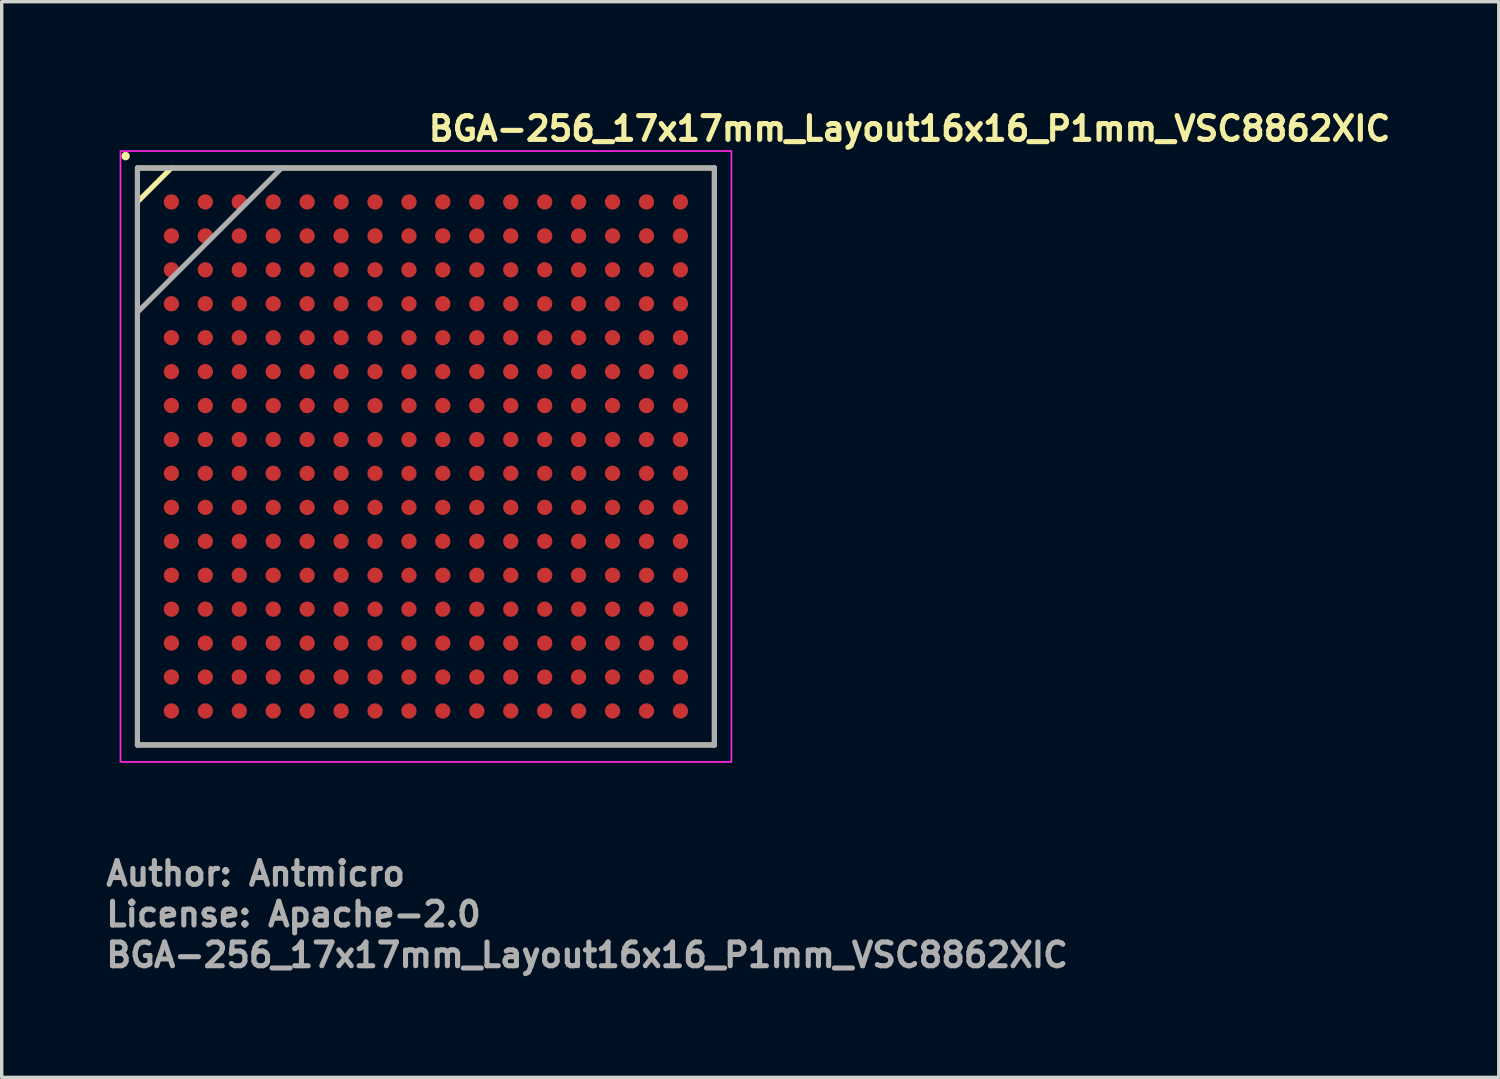
<source format=kicad_pcb>
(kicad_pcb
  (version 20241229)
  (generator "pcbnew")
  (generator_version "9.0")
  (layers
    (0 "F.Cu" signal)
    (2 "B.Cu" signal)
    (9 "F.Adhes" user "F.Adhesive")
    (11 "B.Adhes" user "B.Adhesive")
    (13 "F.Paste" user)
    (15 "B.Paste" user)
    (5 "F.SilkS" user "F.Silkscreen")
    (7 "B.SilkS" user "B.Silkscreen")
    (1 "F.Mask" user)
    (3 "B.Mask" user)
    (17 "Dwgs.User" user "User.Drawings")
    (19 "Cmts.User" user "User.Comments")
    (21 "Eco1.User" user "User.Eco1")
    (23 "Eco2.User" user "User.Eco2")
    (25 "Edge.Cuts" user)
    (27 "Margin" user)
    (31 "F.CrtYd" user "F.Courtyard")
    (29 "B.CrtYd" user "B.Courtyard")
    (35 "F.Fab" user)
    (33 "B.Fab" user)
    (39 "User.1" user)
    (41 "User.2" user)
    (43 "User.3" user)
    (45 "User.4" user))
  (footprint "BGA-256_17x17mm_Layout16x16_P1mm_VSC8862XIC"
    (layer "F.Cu")
    (at 9.5 10.4)
    (property "Reference" "BGA-256_17x17mm_Layout16x16_P1mm_VSC8862XIC" (at 0 -9.25 0) (layer "F.SilkS") (effects (font (size 0.7 0.7) (thickness 0.15)) (justify left bottom)))
    (attr smd)
    (fp_line (start -8.5 -8.5) (end 8.499 -8.5) (stroke (width 0.15) (type solid)) (layer "F.SilkS"))
    (fp_line (start -8.5 -7.5) (end -7.5 -8.5) (stroke (width 0.15) (type solid)) (layer "F.SilkS"))
    (fp_line (start -8.5 8.499) (end -8.5 -8.5) (stroke (width 0.15) (type solid)) (layer "F.SilkS"))
    (fp_line (start 8.499 -8.5) (end 8.499 8.499) (stroke (width 0.15) (type solid)) (layer "F.SilkS"))
    (fp_line (start 8.499 8.499) (end -8.5 8.499) (stroke (width 0.15) (type solid)) (layer "F.SilkS"))
    (fp_circle (center -8.85 -8.85) (end -8.801 -8.85) (stroke (width 0.15) (type solid)) (fill yes) (layer "F.SilkS"))
    (fp_rect (start -9 -9) (end 9 9) (stroke (width 0.05) (type solid)) (fill no) (layer "F.CrtYd"))
    (fp_line (start -8.5 -8.5) (end 8.499 -8.5) (stroke (width 0.15) (type solid)) (layer "F.Fab"))
    (fp_line (start -8.5 -4.25) (end -4.25 -8.5) (stroke (width 0.15) (type solid)) (layer "F.Fab"))
    (fp_line (start -8.5 8.499) (end -8.5 -8.5) (stroke (width 0.15) (type solid)) (layer "F.Fab"))
    (fp_line (start 8.499 -8.5) (end 8.499 8.499) (stroke (width 0.15) (type solid)) (layer "F.Fab"))
    (fp_line (start 8.499 8.499) (end -8.5 8.499) (stroke (width 0.15) (type solid)) (layer "F.Fab"))
    (fp_rect (start -8.5 -8.5) (end 8.499 8.499) (stroke (width 0.1) (type solid)) (fill no) (layer "User.5"))
    (fp_rect (start -8.5 -8.5) (end 8.499 8.499) (stroke (width 0.1) (type solid)) (fill no) (layer "User.5"))
    (fp_line (start -8.5 -8.5) (end 8.499 -8.5) (stroke (width 0.02) (type solid)) (layer "User.9"))
    (fp_line (start -8.5 8.499) (end -8.5 -8.5) (stroke (width 0.02) (type solid)) (layer "User.9"))
    (fp_line (start -8.5 8.499) (end 8.499 8.499) (stroke (width 0.02) (type solid)) (layer "User.9"))
    (fp_line (start -7.438 -6.43) (end -7.438 -6.375) (stroke (width 0.02) (type solid)) (layer "User.9"))
    (fp_line (start -7.438 -6.375) (end -7.438 -6.375) (stroke (width 0.02) (type solid)) (layer "User.9"))
    (fp_line (start -7.438 -6.375) (end -7.438 -6.321) (stroke (width 0.02) (type solid)) (layer "User.9"))
    (fp_line (start -7.438 -6.321) (end -7.433 -6.268) (stroke (width 0.02) (type solid)) (layer "User.9"))
    (fp_line (start -7.433 -6.484) (end -7.438 -6.43) (stroke (width 0.02) (type solid)) (layer "User.9"))
    (fp_line (start -7.433 -6.268) (end -7.428 -6.215) (stroke (width 0.02) (type solid)) (layer "User.9"))
    (fp_line (start -7.428 -6.537) (end -7.433 -6.484) (stroke (width 0.02) (type solid)) (layer "User.9"))
    (fp_line (start -7.428 -6.215) (end -7.417 -6.162) (stroke (width 0.02) (type solid)) (layer "User.9"))
    (fp_line (start -7.417 -6.59) (end -7.428 -6.537) (stroke (width 0.02) (type solid)) (layer "User.9"))
    (fp_line (start -7.417 -6.162) (end -7.407 -6.111) (stroke (width 0.02) (type solid)) (layer "User.9"))
    (fp_line (start -7.407 -6.641) (end -7.417 -6.59) (stroke (width 0.02) (type solid)) (layer "User.9"))
    (fp_line (start -7.407 -6.111) (end -7.391 -6.061) (stroke (width 0.02) (type solid)) (layer "User.9"))
    (fp_line (start -7.391 -6.691) (end -7.407 -6.641) (stroke (width 0.02) (type solid)) (layer "User.9"))
    (fp_line (start -7.391 -6.061) (end -7.375 -6.01) (stroke (width 0.02) (type solid)) (layer "User.9"))
    (fp_line (start -7.375 -6.742) (end -7.391 -6.691) (stroke (width 0.02) (type solid)) (layer "User.9"))
    (fp_line (start -7.375 -6.01) (end -7.356 -5.962) (stroke (width 0.02) (type solid)) (layer "User.9"))
    (fp_line (start -7.356 -6.789) (end -7.375 -6.742) (stroke (width 0.02) (type solid)) (layer "User.9"))
    (fp_line (start -7.356 -5.962) (end -7.335 -5.915) (stroke (width 0.02) (type solid)) (layer "User.9"))
    (fp_line (start -7.335 -6.837) (end -7.356 -6.789) (stroke (width 0.02) (type solid)) (layer "User.9"))
    (fp_line (start -7.335 -5.915) (end -7.311 -5.869) (stroke (width 0.02) (type solid)) (layer "User.9"))
    (fp_line (start -7.311 -6.883) (end -7.335 -6.837) (stroke (width 0.02) (type solid)) (layer "User.9"))
    (fp_line (start -7.311 -5.869) (end -7.284 -5.827) (stroke (width 0.02) (type solid)) (layer "User.9"))
    (fp_line (start -7.284 -6.928) (end -7.311 -6.883) (stroke (width 0.02) (type solid)) (layer "User.9"))
    (fp_line (start -7.284 -5.827) (end -7.258 -5.781) (stroke (width 0.02) (type solid)) (layer "User.9"))
    (fp_line (start -7.258 -6.97) (end -7.284 -6.928) (stroke (width 0.02) (type solid)) (layer "User.9"))
    (fp_line (start -7.258 -5.781) (end -7.228 -5.742) (stroke (width 0.02) (type solid)) (layer "User.9"))
    (fp_line (start -7.228 -7.011) (end -7.258 -6.97) (stroke (width 0.02) (type solid)) (layer "User.9"))
    (fp_line (start -7.228 -5.742) (end -7.196 -5.702) (stroke (width 0.02) (type solid)) (layer "User.9"))
    (fp_line (start -7.196 -7.053) (end -7.228 -7.011) (stroke (width 0.02) (type solid)) (layer "User.9"))
    (fp_line (start -7.196 -5.702) (end -7.162 -5.662) (stroke (width 0.02) (type solid)) (layer "User.9"))
    (fp_line (start -7.162 -7.09) (end -7.196 -7.053) (stroke (width 0.02) (type solid)) (layer "User.9"))
    (fp_line (start -7.162 -5.662) (end -7.127 -5.625) (stroke (width 0.02) (type solid)) (layer "User.9"))
    (fp_line (start -7.127 -7.127) (end -7.162 -7.09) (stroke (width 0.02) (type solid)) (layer "User.9"))
    (fp_line (start -7.127 -5.625) (end -7.09 -5.59) (stroke (width 0.02) (type solid)) (layer "User.9"))
    (fp_line (start -7.09 -7.162) (end -7.127 -7.127) (stroke (width 0.02) (type solid)) (layer "User.9"))
    (fp_line (start -7.09 -5.59) (end -7.053 -5.556) (stroke (width 0.02) (type solid)) (layer "User.9"))
    (fp_line (start -7.053 -7.196) (end -7.09 -7.162) (stroke (width 0.02) (type solid)) (layer "User.9"))
    (fp_line (start -7.053 -5.556) (end -7.011 -5.524) (stroke (width 0.02) (type solid)) (layer "User.9"))
    (fp_line (start -7.011 -7.228) (end -7.053 -7.196) (stroke (width 0.02) (type solid)) (layer "User.9"))
    (fp_line (start -7.011 -5.524) (end -6.97 -5.494) (stroke (width 0.02) (type solid)) (layer "User.9"))
    (fp_line (start -6.97 -7.258) (end -7.011 -7.228) (stroke (width 0.02) (type solid)) (layer "User.9"))
    (fp_line (start -6.97 -5.494) (end -6.928 -5.468) (stroke (width 0.02) (type solid)) (layer "User.9"))
    (fp_line (start -6.928 -7.284) (end -6.97 -7.258) (stroke (width 0.02) (type solid)) (layer "User.9"))
    (fp_line (start -6.928 -5.468) (end -6.883 -5.441) (stroke (width 0.02) (type solid)) (layer "User.9"))
    (fp_line (start -6.883 -7.311) (end -6.928 -7.284) (stroke (width 0.02) (type solid)) (layer "User.9"))
    (fp_line (start -6.883 -5.441) (end -6.837 -5.42) (stroke (width 0.02) (type solid)) (layer "User.9"))
    (fp_line (start -6.837 -7.335) (end -6.883 -7.311) (stroke (width 0.02) (type solid)) (layer "User.9"))
    (fp_line (start -6.837 -5.42) (end -6.789 -5.396) (stroke (width 0.02) (type solid)) (layer "User.9"))
    (fp_line (start -6.789 -7.356) (end -6.837 -7.335) (stroke (width 0.02) (type solid)) (layer "User.9"))
    (fp_line (start -6.789 -5.396) (end -6.742 -5.377) (stroke (width 0.02) (type solid)) (layer "User.9"))
    (fp_line (start -6.742 -7.375) (end -6.789 -7.356) (stroke (width 0.02) (type solid)) (layer "User.9"))
    (fp_line (start -6.742 -5.377) (end -6.691 -5.361) (stroke (width 0.02) (type solid)) (layer "User.9"))
    (fp_line (start -6.691 -7.391) (end -6.742 -7.375) (stroke (width 0.02) (type solid)) (layer "User.9"))
    (fp_line (start -6.691 -5.361) (end -6.641 -5.346) (stroke (width 0.02) (type solid)) (layer "User.9"))
    (fp_line (start -6.641 -7.407) (end -6.691 -7.391) (stroke (width 0.02) (type solid)) (layer "User.9"))
    (fp_line (start -6.641 -5.346) (end -6.59 -5.335) (stroke (width 0.02) (type solid)) (layer "User.9"))
    (fp_line (start -6.59 -7.417) (end -6.641 -7.407) (stroke (width 0.02) (type solid)) (layer "User.9"))
    (fp_line (start -6.59 -5.335) (end -6.537 -5.327) (stroke (width 0.02) (type solid)) (layer "User.9"))
    (fp_line (start -6.537 -7.428) (end -6.59 -7.417) (stroke (width 0.02) (type solid)) (layer "User.9"))
    (fp_line (start -6.537 -5.327) (end -6.484 -5.319) (stroke (width 0.02) (type solid)) (layer "User.9"))
    (fp_line (start -6.484 -7.433) (end -6.537 -7.428) (stroke (width 0.02) (type solid)) (layer "User.9"))
    (fp_line (start -6.484 -5.319) (end -6.43 -5.314) (stroke (width 0.02) (type solid)) (layer "User.9"))
    (fp_line (start -6.43 -7.438) (end -6.484 -7.433) (stroke (width 0.02) (type solid)) (layer "User.9"))
    (fp_line (start -6.43 -5.314) (end -6.375 -5.313) (stroke (width 0.02) (type solid)) (layer "User.9"))
    (fp_line (start -6.375 -7.438) (end -6.43 -7.438) (stroke (width 0.02) (type solid)) (layer "User.9"))
    (fp_line (start -6.375 -7.438) (end -6.375 -7.438) (stroke (width 0.02) (type solid)) (layer "User.9"))
    (fp_line (start -6.375 -5.313) (end -6.375 -5.313) (stroke (width 0.02) (type solid)) (layer "User.9"))
    (fp_line (start -6.375 -5.313) (end -6.321 -5.314) (stroke (width 0.02) (type solid)) (layer "User.9"))
    (fp_line (start -6.321 -7.438) (end -6.375 -7.438) (stroke (width 0.02) (type solid)) (layer "User.9"))
    (fp_line (start -6.321 -5.314) (end -6.268 -5.319) (stroke (width 0.02) (type solid)) (layer "User.9"))
    (fp_line (start -6.268 -7.433) (end -6.321 -7.438) (stroke (width 0.02) (type solid)) (layer "User.9"))
    (fp_line (start -6.268 -5.319) (end -6.215 -5.327) (stroke (width 0.02) (type solid)) (layer "User.9"))
    (fp_line (start -6.215 -7.428) (end -6.268 -7.433) (stroke (width 0.02) (type solid)) (layer "User.9"))
    (fp_line (start -6.215 -5.327) (end -6.162 -5.335) (stroke (width 0.02) (type solid)) (layer "User.9"))
    (fp_line (start -6.162 -7.417) (end -6.215 -7.428) (stroke (width 0.02) (type solid)) (layer "User.9"))
    (fp_line (start -6.162 -5.335) (end -6.111 -5.346) (stroke (width 0.02) (type solid)) (layer "User.9"))
    (fp_line (start -6.111 -7.407) (end -6.162 -7.417) (stroke (width 0.02) (type solid)) (layer "User.9"))
    (fp_line (start -6.111 -5.346) (end -6.061 -5.361) (stroke (width 0.02) (type solid)) (layer "User.9"))
    (fp_line (start -6.061 -7.391) (end -6.111 -7.407) (stroke (width 0.02) (type solid)) (layer "User.9"))
    (fp_line (start -6.061 -5.361) (end -6.01 -5.377) (stroke (width 0.02) (type solid)) (layer "User.9"))
    (fp_line (start -6.01 -7.375) (end -6.061 -7.391) (stroke (width 0.02) (type solid)) (layer "User.9"))
    (fp_line (start -6.01 -5.377) (end -5.962 -5.396) (stroke (width 0.02) (type solid)) (layer "User.9"))
    (fp_line (start -5.962 -7.356) (end -6.01 -7.375) (stroke (width 0.02) (type solid)) (layer "User.9"))
    (fp_line (start -5.962 -5.396) (end -5.915 -5.42) (stroke (width 0.02) (type solid)) (layer "User.9"))
    (fp_line (start -5.915 -7.335) (end -5.962 -7.356) (stroke (width 0.02) (type solid)) (layer "User.9"))
    (fp_line (start -5.915 -5.42) (end -5.869 -5.441) (stroke (width 0.02) (type solid)) (layer "User.9"))
    (fp_line (start -5.869 -7.311) (end -5.915 -7.335) (stroke (width 0.02) (type solid)) (layer "User.9"))
    (fp_line (start -5.869 -5.441) (end -5.827 -5.468) (stroke (width 0.02) (type solid)) (layer "User.9"))
    (fp_line (start -5.827 -7.284) (end -5.869 -7.311) (stroke (width 0.02) (type solid)) (layer "User.9"))
    (fp_line (start -5.827 -5.468) (end -5.781 -5.494) (stroke (width 0.02) (type solid)) (layer "User.9"))
    (fp_line (start -5.781 -7.258) (end -5.827 -7.284) (stroke (width 0.02) (type solid)) (layer "User.9"))
    (fp_line (start -5.781 -5.494) (end -5.742 -5.524) (stroke (width 0.02) (type solid)) (layer "User.9"))
    (fp_line (start -5.742 -7.228) (end -5.781 -7.258) (stroke (width 0.02) (type solid)) (layer "User.9"))
    (fp_line (start -5.742 -5.524) (end -5.702 -5.556) (stroke (width 0.02) (type solid)) (layer "User.9"))
    (fp_line (start -5.702 -7.196) (end -5.742 -7.228) (stroke (width 0.02) (type solid)) (layer "User.9"))
    (fp_line (start -5.702 -5.556) (end -5.662 -5.59) (stroke (width 0.02) (type solid)) (layer "User.9"))
    (fp_line (start -5.662 -7.162) (end -5.702 -7.196) (stroke (width 0.02) (type solid)) (layer "User.9"))
    (fp_line (start -5.662 -5.59) (end -5.625 -5.625) (stroke (width 0.02) (type solid)) (layer "User.9"))
    (fp_line (start -5.625 -7.127) (end -5.662 -7.162) (stroke (width 0.02) (type solid)) (layer "User.9"))
    (fp_line (start -5.625 -5.625) (end -5.59 -5.662) (stroke (width 0.02) (type solid)) (layer "User.9"))
    (fp_line (start -5.59 -7.09) (end -5.625 -7.127) (stroke (width 0.02) (type solid)) (layer "User.9"))
    (fp_line (start -5.59 -5.662) (end -5.556 -5.702) (stroke (width 0.02) (type solid)) (layer "User.9"))
    (fp_line (start -5.556 -7.053) (end -5.59 -7.09) (stroke (width 0.02) (type solid)) (layer "User.9"))
    (fp_line (start -5.556 -5.702) (end -5.524 -5.742) (stroke (width 0.02) (type solid)) (layer "User.9"))
    (fp_line (start -5.524 -7.011) (end -5.556 -7.053) (stroke (width 0.02) (type solid)) (layer "User.9"))
    (fp_line (start -5.524 -5.742) (end -5.494 -5.781) (stroke (width 0.02) (type solid)) (layer "User.9"))
    (fp_line (start -5.494 -6.97) (end -5.524 -7.011) (stroke (width 0.02) (type solid)) (layer "User.9"))
    (fp_line (start -5.494 -5.781) (end -5.468 -5.827) (stroke (width 0.02) (type solid)) (layer "User.9"))
    (fp_line (start -5.468 -6.928) (end -5.494 -6.97) (stroke (width 0.02) (type solid)) (layer "User.9"))
    (fp_line (start -5.468 -5.827) (end -5.441 -5.869) (stroke (width 0.02) (type solid)) (layer "User.9"))
    (fp_line (start -5.441 -6.883) (end -5.468 -6.928) (stroke (width 0.02) (type solid)) (layer "User.9"))
    (fp_line (start -5.441 -5.869) (end -5.42 -5.915) (stroke (width 0.02) (type solid)) (layer "User.9"))
    (fp_line (start -5.42 -6.837) (end -5.441 -6.883) (stroke (width 0.02) (type solid)) (layer "User.9"))
    (fp_line (start -5.42 -5.915) (end -5.396 -5.962) (stroke (width 0.02) (type solid)) (layer "User.9"))
    (fp_line (start -5.396 -6.789) (end -5.42 -6.837) (stroke (width 0.02) (type solid)) (layer "User.9"))
    (fp_line (start -5.396 -5.962) (end -5.377 -6.01) (stroke (width 0.02) (type solid)) (layer "User.9"))
    (fp_line (start -5.377 -6.742) (end -5.396 -6.789) (stroke (width 0.02) (type solid)) (layer "User.9"))
    (fp_line (start -5.377 -6.01) (end -5.361 -6.061) (stroke (width 0.02) (type solid)) (layer "User.9"))
    (fp_line (start -5.361 -6.691) (end -5.377 -6.742) (stroke (width 0.02) (type solid)) (layer "User.9"))
    (fp_line (start -5.361 -6.061) (end -5.346 -6.111) (stroke (width 0.02) (type solid)) (layer "User.9"))
    (fp_line (start -5.346 -6.641) (end -5.361 -6.691) (stroke (width 0.02) (type solid)) (layer "User.9"))
    (fp_line (start -5.346 -6.111) (end -5.335 -6.162) (stroke (width 0.02) (type solid)) (layer "User.9"))
    (fp_line (start -5.335 -6.59) (end -5.346 -6.641) (stroke (width 0.02) (type solid)) (layer "User.9"))
    (fp_line (start -5.335 -6.162) (end -5.327 -6.215) (stroke (width 0.02) (type solid)) (layer "User.9"))
    (fp_line (start -5.327 -6.537) (end -5.335 -6.59) (stroke (width 0.02) (type solid)) (layer "User.9"))
    (fp_line (start -5.327 -6.215) (end -5.319 -6.268) (stroke (width 0.02) (type solid)) (layer "User.9"))
    (fp_line (start -5.319 -6.484) (end -5.327 -6.537) (stroke (width 0.02) (type solid)) (layer "User.9"))
    (fp_line (start -5.319 -6.268) (end -5.314 -6.321) (stroke (width 0.02) (type solid)) (layer "User.9"))
    (fp_line (start -5.314 -6.43) (end -5.319 -6.484) (stroke (width 0.02) (type solid)) (layer "User.9"))
    (fp_line (start -5.314 -6.321) (end -5.313 -6.375) (stroke (width 0.02) (type solid)) (layer "User.9"))
    (fp_line (start -5.313 -6.375) (end -5.314 -6.43) (stroke (width 0.02) (type solid)) (layer "User.9"))
    (fp_line (start -5.313 -6.375) (end -5.313 -6.375) (stroke (width 0.02) (type solid)) (layer "User.9"))
    (fp_line (start -5.313 -6.375) (end -5.313 -6.375) (stroke (width 0.02) (type solid)) (layer "User.9"))
    (fp_line (start 8.499 8.499) (end 8.499 -8.5) (stroke (width 0.02) (type solid)) (layer "User.9"))
    (fp_text user "${REFERENCE}" (at -9.5 15.098 0) (layer "F.Fab") (effects (font (size 0.7 0.7) (thickness 0.15)) (justify left bottom)))
    (fp_text user "License: Apache-2.0" (at -9.5 13.897 0) (layer "F.Fab") (effects (font (size 0.7 0.7) (thickness 0.15)) (justify left bottom)))
    (fp_text user "Author: Antmicro" (at -9.5 12.698 0) (layer "F.Fab") (effects (font (size 0.7 0.7) (thickness 0.15)) (justify left bottom)))
    (pad "A1" smd circle (at -7.5 -7.5 90) (size 0.45 0.45) (layers "F.Cu" "F.Mask" "F.Paste"))
    (pad "A2" smd circle (at -6.5 -7.5 90) (size 0.45 0.45) (layers "F.Cu" "F.Mask" "F.Paste"))
    (pad "A3" smd circle (at -5.5 -7.5 90) (size 0.45 0.45) (layers "F.Cu" "F.Mask" "F.Paste"))
    (pad "A4" smd circle (at -4.5 -7.5 90) (size 0.45 0.45) (layers "F.Cu" "F.Mask" "F.Paste"))
    (pad "A5" smd circle (at -3.5 -7.5 90) (size 0.45 0.45) (layers "F.Cu" "F.Mask" "F.Paste"))
    (pad "A6" smd circle (at -2.5 -7.5 90) (size 0.45 0.45) (layers "F.Cu" "F.Mask" "F.Paste"))
    (pad "A7" smd circle (at -1.5 -7.5 90) (size 0.45 0.45) (layers "F.Cu" "F.Mask" "F.Paste"))
    (pad "A8" smd circle (at -0.5 -7.5 90) (size 0.45 0.45) (layers "F.Cu" "F.Mask" "F.Paste"))
    (pad "A9" smd circle (at 0.496 -7.5 90) (size 0.45 0.45) (layers "F.Cu" "F.Mask" "F.Paste"))
    (pad "A10" smd circle (at 1.499 -7.5 90) (size 0.45 0.45) (layers "F.Cu" "F.Mask" "F.Paste"))
    (pad "A11" smd circle (at 2.499 -7.5 90) (size 0.45 0.45) (layers "F.Cu" "F.Mask" "F.Paste"))
    (pad "A12" smd circle (at 3.499 -7.5 90) (size 0.45 0.45) (layers "F.Cu" "F.Mask" "F.Paste"))
    (pad "A13" smd circle (at 4.498 -7.5 90) (size 0.45 0.45) (layers "F.Cu" "F.Mask" "F.Paste"))
    (pad "A14" smd circle (at 5.498 -7.5 90) (size 0.45 0.45) (layers "F.Cu" "F.Mask" "F.Paste"))
    (pad "A15" smd circle (at 6.498 -7.5 90) (size 0.45 0.45) (layers "F.Cu" "F.Mask" "F.Paste"))
    (pad "A16" smd circle (at 7.498 -7.5 90) (size 0.45 0.45) (layers "F.Cu" "F.Mask" "F.Paste"))
    (pad "B1" smd circle (at -7.5 -6.5 90) (size 0.45 0.45) (layers "F.Cu" "F.Mask" "F.Paste"))
    (pad "B2" smd circle (at -6.5 -6.5 90) (size 0.45 0.45) (layers "F.Cu" "F.Mask" "F.Paste"))
    (pad "B3" smd circle (at -5.5 -6.5 90) (size 0.45 0.45) (layers "F.Cu" "F.Mask" "F.Paste"))
    (pad "B4" smd circle (at -4.5 -6.5 90) (size 0.45 0.45) (layers "F.Cu" "F.Mask" "F.Paste"))
    (pad "B5" smd circle (at -3.5 -6.5 90) (size 0.45 0.45) (layers "F.Cu" "F.Mask" "F.Paste"))
    (pad "B6" smd circle (at -2.5 -6.5 90) (size 0.45 0.45) (layers "F.Cu" "F.Mask" "F.Paste"))
    (pad "B7" smd circle (at -1.5 -6.5 90) (size 0.45 0.45) (layers "F.Cu" "F.Mask" "F.Paste"))
    (pad "B8" smd circle (at -0.5 -6.5 90) (size 0.45 0.45) (layers "F.Cu" "F.Mask" "F.Paste"))
    (pad "B9" smd circle (at 0.496 -6.5 90) (size 0.45 0.45) (layers "F.Cu" "F.Mask" "F.Paste"))
    (pad "B10" smd circle (at 1.499 -6.5 90) (size 0.45 0.45) (layers "F.Cu" "F.Mask" "F.Paste"))
    (pad "B11" smd circle (at 2.499 -6.5 90) (size 0.45 0.45) (layers "F.Cu" "F.Mask" "F.Paste"))
    (pad "B12" smd circle (at 3.499 -6.5 90) (size 0.45 0.45) (layers "F.Cu" "F.Mask" "F.Paste"))
    (pad "B13" smd circle (at 4.498 -6.5 90) (size 0.45 0.45) (layers "F.Cu" "F.Mask" "F.Paste"))
    (pad "B14" smd circle (at 5.498 -6.5 90) (size 0.45 0.45) (layers "F.Cu" "F.Mask" "F.Paste"))
    (pad "B15" smd circle (at 6.498 -6.5 90) (size 0.45 0.45) (layers "F.Cu" "F.Mask" "F.Paste"))
    (pad "B16" smd circle (at 7.498 -6.5 90) (size 0.45 0.45) (layers "F.Cu" "F.Mask" "F.Paste"))
    (pad "C1" smd circle (at -7.5 -5.5 90) (size 0.45 0.45) (layers "F.Cu" "F.Mask" "F.Paste"))
    (pad "C2" smd circle (at -6.5 -5.5 90) (size 0.45 0.45) (layers "F.Cu" "F.Mask" "F.Paste"))
    (pad "C3" smd circle (at -5.5 -5.5 90) (size 0.45 0.45) (layers "F.Cu" "F.Mask" "F.Paste"))
    (pad "C4" smd circle (at -4.5 -5.5 90) (size 0.45 0.45) (layers "F.Cu" "F.Mask" "F.Paste"))
    (pad "C5" smd circle (at -3.5 -5.5 90) (size 0.45 0.45) (layers "F.Cu" "F.Mask" "F.Paste"))
    (pad "C6" smd circle (at -2.5 -5.5 90) (size 0.45 0.45) (layers "F.Cu" "F.Mask" "F.Paste"))
    (pad "C7" smd circle (at -1.5 -5.5 90) (size 0.45 0.45) (layers "F.Cu" "F.Mask" "F.Paste"))
    (pad "C8" smd circle (at -0.5 -5.5 90) (size 0.45 0.45) (layers "F.Cu" "F.Mask" "F.Paste"))
    (pad "C9" smd circle (at 0.496 -5.5 90) (size 0.45 0.45) (layers "F.Cu" "F.Mask" "F.Paste"))
    (pad "C10" smd circle (at 1.499 -5.5 90) (size 0.45 0.45) (layers "F.Cu" "F.Mask" "F.Paste"))
    (pad "C11" smd circle (at 2.499 -5.5 90) (size 0.45 0.45) (layers "F.Cu" "F.Mask" "F.Paste"))
    (pad "C12" smd circle (at 3.499 -5.5 90) (size 0.45 0.45) (layers "F.Cu" "F.Mask" "F.Paste"))
    (pad "C13" smd circle (at 4.498 -5.5 90) (size 0.45 0.45) (layers "F.Cu" "F.Mask" "F.Paste"))
    (pad "C14" smd circle (at 5.498 -5.5 90) (size 0.45 0.45) (layers "F.Cu" "F.Mask" "F.Paste"))
    (pad "C15" smd circle (at 6.498 -5.5 90) (size 0.45 0.45) (layers "F.Cu" "F.Mask" "F.Paste"))
    (pad "C16" smd circle (at 7.498 -5.5 90) (size 0.45 0.45) (layers "F.Cu" "F.Mask" "F.Paste"))
    (pad "D1" smd circle (at -7.5 -4.5 90) (size 0.45 0.45) (layers "F.Cu" "F.Mask" "F.Paste"))
    (pad "D2" smd circle (at -6.5 -4.5 90) (size 0.45 0.45) (layers "F.Cu" "F.Mask" "F.Paste"))
    (pad "D3" smd circle (at -5.5 -4.5 90) (size 0.45 0.45) (layers "F.Cu" "F.Mask" "F.Paste"))
    (pad "D4" smd circle (at -4.5 -4.5 90) (size 0.45 0.45) (layers "F.Cu" "F.Mask" "F.Paste"))
    (pad "D5" smd circle (at -3.5 -4.5 90) (size 0.45 0.45) (layers "F.Cu" "F.Mask" "F.Paste"))
    (pad "D6" smd circle (at -2.5 -4.5 90) (size 0.45 0.45) (layers "F.Cu" "F.Mask" "F.Paste"))
    (pad "D7" smd circle (at -1.5 -4.5 90) (size 0.45 0.45) (layers "F.Cu" "F.Mask" "F.Paste"))
    (pad "D8" smd circle (at -0.5 -4.5 90) (size 0.45 0.45) (layers "F.Cu" "F.Mask" "F.Paste"))
    (pad "D9" smd circle (at 0.496 -4.5 90) (size 0.45 0.45) (layers "F.Cu" "F.Mask" "F.Paste"))
    (pad "D10" smd circle (at 1.499 -4.5 90) (size 0.45 0.45) (layers "F.Cu" "F.Mask" "F.Paste"))
    (pad "D11" smd circle (at 2.499 -4.5 90) (size 0.45 0.45) (layers "F.Cu" "F.Mask" "F.Paste"))
    (pad "D12" smd circle (at 3.499 -4.5 90) (size 0.45 0.45) (layers "F.Cu" "F.Mask" "F.Paste"))
    (pad "D13" smd circle (at 4.498 -4.5 90) (size 0.45 0.45) (layers "F.Cu" "F.Mask" "F.Paste"))
    (pad "D14" smd circle (at 5.498 -4.5 90) (size 0.45 0.45) (layers "F.Cu" "F.Mask" "F.Paste"))
    (pad "D15" smd circle (at 6.498 -4.5 90) (size 0.45 0.45) (layers "F.Cu" "F.Mask" "F.Paste"))
    (pad "D16" smd circle (at 7.498 -4.5 90) (size 0.45 0.45) (layers "F.Cu" "F.Mask" "F.Paste"))
    (pad "E1" smd circle (at -7.5 -3.5 90) (size 0.45 0.45) (layers "F.Cu" "F.Mask" "F.Paste"))
    (pad "E2" smd circle (at -6.5 -3.5 90) (size 0.45 0.45) (layers "F.Cu" "F.Mask" "F.Paste"))
    (pad "E3" smd circle (at -5.5 -3.5 90) (size 0.45 0.45) (layers "F.Cu" "F.Mask" "F.Paste"))
    (pad "E4" smd circle (at -4.5 -3.5 90) (size 0.45 0.45) (layers "F.Cu" "F.Mask" "F.Paste"))
    (pad "E5" smd circle (at -3.5 -3.5 90) (size 0.45 0.45) (layers "F.Cu" "F.Mask" "F.Paste"))
    (pad "E6" smd circle (at -2.5 -3.5 90) (size 0.45 0.45) (layers "F.Cu" "F.Mask" "F.Paste"))
    (pad "E7" smd circle (at -1.5 -3.5 90) (size 0.45 0.45) (layers "F.Cu" "F.Mask" "F.Paste"))
    (pad "E8" smd circle (at -0.5 -3.5 90) (size 0.45 0.45) (layers "F.Cu" "F.Mask" "F.Paste"))
    (pad "E9" smd circle (at 0.496 -3.5 90) (size 0.45 0.45) (layers "F.Cu" "F.Mask" "F.Paste"))
    (pad "E10" smd circle (at 1.499 -3.5 90) (size 0.45 0.45) (layers "F.Cu" "F.Mask" "F.Paste"))
    (pad "E11" smd circle (at 2.499 -3.5 90) (size 0.45 0.45) (layers "F.Cu" "F.Mask" "F.Paste"))
    (pad "E12" smd circle (at 3.499 -3.5 90) (size 0.45 0.45) (layers "F.Cu" "F.Mask" "F.Paste"))
    (pad "E13" smd circle (at 4.498 -3.5 90) (size 0.45 0.45) (layers "F.Cu" "F.Mask" "F.Paste"))
    (pad "E14" smd circle (at 5.498 -3.5 90) (size 0.45 0.45) (layers "F.Cu" "F.Mask" "F.Paste"))
    (pad "E15" smd circle (at 6.498 -3.5 90) (size 0.45 0.45) (layers "F.Cu" "F.Mask" "F.Paste"))
    (pad "E16" smd circle (at 7.498 -3.5 90) (size 0.45 0.45) (layers "F.Cu" "F.Mask" "F.Paste"))
    (pad "F1" smd circle (at -7.5 -2.5 90) (size 0.45 0.45) (layers "F.Cu" "F.Mask" "F.Paste"))
    (pad "F2" smd circle (at -6.5 -2.5 90) (size 0.45 0.45) (layers "F.Cu" "F.Mask" "F.Paste"))
    (pad "F3" smd circle (at -5.5 -2.5 90) (size 0.45 0.45) (layers "F.Cu" "F.Mask" "F.Paste"))
    (pad "F4" smd circle (at -4.5 -2.5 90) (size 0.45 0.45) (layers "F.Cu" "F.Mask" "F.Paste"))
    (pad "F5" smd circle (at -3.5 -2.5 90) (size 0.45 0.45) (layers "F.Cu" "F.Mask" "F.Paste"))
    (pad "F6" smd circle (at -2.5 -2.5 90) (size 0.45 0.45) (layers "F.Cu" "F.Mask" "F.Paste"))
    (pad "F7" smd circle (at -1.5 -2.5 90) (size 0.45 0.45) (layers "F.Cu" "F.Mask" "F.Paste"))
    (pad "F8" smd circle (at -0.5 -2.5 90) (size 0.45 0.45) (layers "F.Cu" "F.Mask" "F.Paste"))
    (pad "F9" smd circle (at 0.496 -2.5 90) (size 0.45 0.45) (layers "F.Cu" "F.Mask" "F.Paste"))
    (pad "F10" smd circle (at 1.499 -2.5 90) (size 0.45 0.45) (layers "F.Cu" "F.Mask" "F.Paste"))
    (pad "F11" smd circle (at 2.499 -2.5 90) (size 0.45 0.45) (layers "F.Cu" "F.Mask" "F.Paste"))
    (pad "F12" smd circle (at 3.499 -2.5 90) (size 0.45 0.45) (layers "F.Cu" "F.Mask" "F.Paste"))
    (pad "F13" smd circle (at 4.498 -2.5 90) (size 0.45 0.45) (layers "F.Cu" "F.Mask" "F.Paste"))
    (pad "F14" smd circle (at 5.498 -2.5 90) (size 0.45 0.45) (layers "F.Cu" "F.Mask" "F.Paste"))
    (pad "F15" smd circle (at 6.498 -2.5 90) (size 0.45 0.45) (layers "F.Cu" "F.Mask" "F.Paste"))
    (pad "F16" smd circle (at 7.498 -2.5 90) (size 0.45 0.45) (layers "F.Cu" "F.Mask" "F.Paste"))
    (pad "G1" smd circle (at -7.5 -1.5 90) (size 0.45 0.45) (layers "F.Cu" "F.Mask" "F.Paste"))
    (pad "G2" smd circle (at -6.5 -1.5 90) (size 0.45 0.45) (layers "F.Cu" "F.Mask" "F.Paste"))
    (pad "G3" smd circle (at -5.5 -1.5 90) (size 0.45 0.45) (layers "F.Cu" "F.Mask" "F.Paste"))
    (pad "G4" smd circle (at -4.5 -1.5 90) (size 0.45 0.45) (layers "F.Cu" "F.Mask" "F.Paste"))
    (pad "G5" smd circle (at -3.5 -1.5 90) (size 0.45 0.45) (layers "F.Cu" "F.Mask" "F.Paste"))
    (pad "G6" smd circle (at -2.5 -1.5 90) (size 0.45 0.45) (layers "F.Cu" "F.Mask" "F.Paste"))
    (pad "G7" smd circle (at -1.5 -1.5 90) (size 0.45 0.45) (layers "F.Cu" "F.Mask" "F.Paste"))
    (pad "G8" smd circle (at -0.5 -1.5 90) (size 0.45 0.45) (layers "F.Cu" "F.Mask" "F.Paste"))
    (pad "G9" smd circle (at 0.496 -1.5 90) (size 0.45 0.45) (layers "F.Cu" "F.Mask" "F.Paste"))
    (pad "G10" smd circle (at 1.499 -1.5 90) (size 0.45 0.45) (layers "F.Cu" "F.Mask" "F.Paste"))
    (pad "G11" smd circle (at 2.499 -1.5 90) (size 0.45 0.45) (layers "F.Cu" "F.Mask" "F.Paste"))
    (pad "G12" smd circle (at 3.499 -1.5 90) (size 0.45 0.45) (layers "F.Cu" "F.Mask" "F.Paste"))
    (pad "G13" smd circle (at 4.498 -1.5 90) (size 0.45 0.45) (layers "F.Cu" "F.Mask" "F.Paste"))
    (pad "G14" smd circle (at 5.498 -1.5 90) (size 0.45 0.45) (layers "F.Cu" "F.Mask" "F.Paste"))
    (pad "G15" smd circle (at 6.498 -1.5 90) (size 0.45 0.45) (layers "F.Cu" "F.Mask" "F.Paste"))
    (pad "G16" smd circle (at 7.498 -1.5 90) (size 0.45 0.45) (layers "F.Cu" "F.Mask" "F.Paste"))
    (pad "H1" smd circle (at -7.5 -0.5 90) (size 0.45 0.45) (layers "F.Cu" "F.Mask" "F.Paste"))
    (pad "H2" smd circle (at -6.5 -0.5 90) (size 0.45 0.45) (layers "F.Cu" "F.Mask" "F.Paste"))
    (pad "H3" smd circle (at -5.5 -0.5 90) (size 0.45 0.45) (layers "F.Cu" "F.Mask" "F.Paste"))
    (pad "H4" smd circle (at -4.5 -0.5 90) (size 0.45 0.45) (layers "F.Cu" "F.Mask" "F.Paste"))
    (pad "H5" smd circle (at -3.5 -0.5 90) (size 0.45 0.45) (layers "F.Cu" "F.Mask" "F.Paste"))
    (pad "H6" smd circle (at -2.5 -0.5 90) (size 0.45 0.45) (layers "F.Cu" "F.Mask" "F.Paste"))
    (pad "H7" smd circle (at -1.5 -0.5 90) (size 0.45 0.45) (layers "F.Cu" "F.Mask" "F.Paste"))
    (pad "H8" smd circle (at -0.5 -0.5 90) (size 0.45 0.45) (layers "F.Cu" "F.Mask" "F.Paste"))
    (pad "H9" smd circle (at 0.496 -0.5 90) (size 0.45 0.45) (layers "F.Cu" "F.Mask" "F.Paste"))
    (pad "H10" smd circle (at 1.499 -0.5 90) (size 0.45 0.45) (layers "F.Cu" "F.Mask" "F.Paste"))
    (pad "H11" smd circle (at 2.499 -0.5 90) (size 0.45 0.45) (layers "F.Cu" "F.Mask" "F.Paste"))
    (pad "H12" smd circle (at 3.499 -0.5 90) (size 0.45 0.45) (layers "F.Cu" "F.Mask" "F.Paste"))
    (pad "H13" smd circle (at 4.498 -0.5 90) (size 0.45 0.45) (layers "F.Cu" "F.Mask" "F.Paste"))
    (pad "H14" smd circle (at 5.498 -0.5 90) (size 0.45 0.45) (layers "F.Cu" "F.Mask" "F.Paste"))
    (pad "H15" smd circle (at 6.498 -0.5 90) (size 0.45 0.45) (layers "F.Cu" "F.Mask" "F.Paste"))
    (pad "H16" smd circle (at 7.498 -0.5 90) (size 0.45 0.45) (layers "F.Cu" "F.Mask" "F.Paste"))
    (pad "J1" smd circle (at -7.5 0.496 90) (size 0.45 0.45) (layers "F.Cu" "F.Mask" "F.Paste"))
    (pad "J2" smd circle (at -6.5 0.496 90) (size 0.45 0.45) (layers "F.Cu" "F.Mask" "F.Paste"))
    (pad "J3" smd circle (at -5.5 0.496 90) (size 0.45 0.45) (layers "F.Cu" "F.Mask" "F.Paste"))
    (pad "J4" smd circle (at -4.5 0.496 90) (size 0.45 0.45) (layers "F.Cu" "F.Mask" "F.Paste"))
    (pad "J5" smd circle (at -3.5 0.496 90) (size 0.45 0.45) (layers "F.Cu" "F.Mask" "F.Paste"))
    (pad "J6" smd circle (at -2.5 0.496 90) (size 0.45 0.45) (layers "F.Cu" "F.Mask" "F.Paste"))
    (pad "J7" smd circle (at -1.5 0.496 90) (size 0.45 0.45) (layers "F.Cu" "F.Mask" "F.Paste"))
    (pad "J8" smd circle (at -0.5 0.496 90) (size 0.45 0.45) (layers "F.Cu" "F.Mask" "F.Paste"))
    (pad "J9" smd circle (at 0.496 0.496 90) (size 0.45 0.45) (layers "F.Cu" "F.Mask" "F.Paste"))
    (pad "J10" smd circle (at 1.499 0.496 90) (size 0.45 0.45) (layers "F.Cu" "F.Mask" "F.Paste"))
    (pad "J11" smd circle (at 2.499 0.496 90) (size 0.45 0.45) (layers "F.Cu" "F.Mask" "F.Paste"))
    (pad "J12" smd circle (at 3.499 0.496 90) (size 0.45 0.45) (layers "F.Cu" "F.Mask" "F.Paste"))
    (pad "J13" smd circle (at 4.498 0.496 90) (size 0.45 0.45) (layers "F.Cu" "F.Mask" "F.Paste"))
    (pad "J14" smd circle (at 5.498 0.496 90) (size 0.45 0.45) (layers "F.Cu" "F.Mask" "F.Paste"))
    (pad "J15" smd circle (at 6.498 0.496 90) (size 0.45 0.45) (layers "F.Cu" "F.Mask" "F.Paste"))
    (pad "J16" smd circle (at 7.498 0.496 90) (size 0.45 0.45) (layers "F.Cu" "F.Mask" "F.Paste"))
    (pad "K1" smd circle (at -7.5 1.499 90) (size 0.45 0.45) (layers "F.Cu" "F.Mask" "F.Paste"))
    (pad "K2" smd circle (at -6.5 1.499 90) (size 0.45 0.45) (layers "F.Cu" "F.Mask" "F.Paste"))
    (pad "K3" smd circle (at -5.5 1.499 90) (size 0.45 0.45) (layers "F.Cu" "F.Mask" "F.Paste"))
    (pad "K4" smd circle (at -4.5 1.499 90) (size 0.45 0.45) (layers "F.Cu" "F.Mask" "F.Paste"))
    (pad "K5" smd circle (at -3.5 1.499 90) (size 0.45 0.45) (layers "F.Cu" "F.Mask" "F.Paste"))
    (pad "K6" smd circle (at -2.5 1.499 90) (size 0.45 0.45) (layers "F.Cu" "F.Mask" "F.Paste"))
    (pad "K7" smd circle (at -1.5 1.499 90) (size 0.45 0.45) (layers "F.Cu" "F.Mask" "F.Paste"))
    (pad "K8" smd circle (at -0.5 1.499 90) (size 0.45 0.45) (layers "F.Cu" "F.Mask" "F.Paste"))
    (pad "K9" smd circle (at 0.496 1.499 90) (size 0.45 0.45) (layers "F.Cu" "F.Mask" "F.Paste"))
    (pad "K10" smd circle (at 1.499 1.499 90) (size 0.45 0.45) (layers "F.Cu" "F.Mask" "F.Paste"))
    (pad "K11" smd circle (at 2.499 1.499 90) (size 0.45 0.45) (layers "F.Cu" "F.Mask" "F.Paste"))
    (pad "K12" smd circle (at 3.499 1.499 90) (size 0.45 0.45) (layers "F.Cu" "F.Mask" "F.Paste"))
    (pad "K13" smd circle (at 4.498 1.499 90) (size 0.45 0.45) (layers "F.Cu" "F.Mask" "F.Paste"))
    (pad "K14" smd circle (at 5.498 1.499 90) (size 0.45 0.45) (layers "F.Cu" "F.Mask" "F.Paste"))
    (pad "K15" smd circle (at 6.498 1.499 90) (size 0.45 0.45) (layers "F.Cu" "F.Mask" "F.Paste"))
    (pad "K16" smd circle (at 7.498 1.499 90) (size 0.45 0.45) (layers "F.Cu" "F.Mask" "F.Paste"))
    (pad "L1" smd circle (at -7.5 2.499 90) (size 0.45 0.45) (layers "F.Cu" "F.Mask" "F.Paste"))
    (pad "L2" smd circle (at -6.5 2.499 90) (size 0.45 0.45) (layers "F.Cu" "F.Mask" "F.Paste"))
    (pad "L3" smd circle (at -5.5 2.499 90) (size 0.45 0.45) (layers "F.Cu" "F.Mask" "F.Paste"))
    (pad "L4" smd circle (at -4.5 2.499 90) (size 0.45 0.45) (layers "F.Cu" "F.Mask" "F.Paste"))
    (pad "L5" smd circle (at -3.5 2.499 90) (size 0.45 0.45) (layers "F.Cu" "F.Mask" "F.Paste"))
    (pad "L6" smd circle (at -2.5 2.499 90) (size 0.45 0.45) (layers "F.Cu" "F.Mask" "F.Paste"))
    (pad "L7" smd circle (at -1.5 2.499 90) (size 0.45 0.45) (layers "F.Cu" "F.Mask" "F.Paste"))
    (pad "L8" smd circle (at -0.5 2.499 90) (size 0.45 0.45) (layers "F.Cu" "F.Mask" "F.Paste"))
    (pad "L9" smd circle (at 0.496 2.499 90) (size 0.45 0.45) (layers "F.Cu" "F.Mask" "F.Paste"))
    (pad "L10" smd circle (at 1.499 2.499 90) (size 0.45 0.45) (layers "F.Cu" "F.Mask" "F.Paste"))
    (pad "L11" smd circle (at 2.499 2.499 90) (size 0.45 0.45) (layers "F.Cu" "F.Mask" "F.Paste"))
    (pad "L12" smd circle (at 3.499 2.499 90) (size 0.45 0.45) (layers "F.Cu" "F.Mask" "F.Paste"))
    (pad "L13" smd circle (at 4.498 2.499 90) (size 0.45 0.45) (layers "F.Cu" "F.Mask" "F.Paste"))
    (pad "L14" smd circle (at 5.498 2.499 90) (size 0.45 0.45) (layers "F.Cu" "F.Mask" "F.Paste"))
    (pad "L15" smd circle (at 6.498 2.499 90) (size 0.45 0.45) (layers "F.Cu" "F.Mask" "F.Paste"))
    (pad "L16" smd circle (at 7.498 2.499 90) (size 0.45 0.45) (layers "F.Cu" "F.Mask" "F.Paste"))
    (pad "M1" smd circle (at -7.5 3.499 90) (size 0.45 0.45) (layers "F.Cu" "F.Mask" "F.Paste"))
    (pad "M2" smd circle (at -6.5 3.499 90) (size 0.45 0.45) (layers "F.Cu" "F.Mask" "F.Paste"))
    (pad "M3" smd circle (at -5.5 3.499 90) (size 0.45 0.45) (layers "F.Cu" "F.Mask" "F.Paste"))
    (pad "M4" smd circle (at -4.5 3.499 90) (size 0.45 0.45) (layers "F.Cu" "F.Mask" "F.Paste"))
    (pad "M5" smd circle (at -3.5 3.499 90) (size 0.45 0.45) (layers "F.Cu" "F.Mask" "F.Paste"))
    (pad "M6" smd circle (at -2.5 3.499 90) (size 0.45 0.45) (layers "F.Cu" "F.Mask" "F.Paste"))
    (pad "M7" smd circle (at -1.5 3.499 90) (size 0.45 0.45) (layers "F.Cu" "F.Mask" "F.Paste"))
    (pad "M8" smd circle (at -0.5 3.499 90) (size 0.45 0.45) (layers "F.Cu" "F.Mask" "F.Paste"))
    (pad "M9" smd circle (at 0.496 3.499 90) (size 0.45 0.45) (layers "F.Cu" "F.Mask" "F.Paste"))
    (pad "M10" smd circle (at 1.499 3.499 90) (size 0.45 0.45) (layers "F.Cu" "F.Mask" "F.Paste"))
    (pad "M11" smd circle (at 2.499 3.499 90) (size 0.45 0.45) (layers "F.Cu" "F.Mask" "F.Paste"))
    (pad "M12" smd circle (at 3.499 3.499 90) (size 0.45 0.45) (layers "F.Cu" "F.Mask" "F.Paste"))
    (pad "M13" smd circle (at 4.498 3.499 90) (size 0.45 0.45) (layers "F.Cu" "F.Mask" "F.Paste"))
    (pad "M14" smd circle (at 5.498 3.499 90) (size 0.45 0.45) (layers "F.Cu" "F.Mask" "F.Paste"))
    (pad "M15" smd circle (at 6.498 3.499 90) (size 0.45 0.45) (layers "F.Cu" "F.Mask" "F.Paste"))
    (pad "M16" smd circle (at 7.498 3.499 90) (size 0.45 0.45) (layers "F.Cu" "F.Mask" "F.Paste"))
    (pad "N1" smd circle (at -7.5 4.498 90) (size 0.45 0.45) (layers "F.Cu" "F.Mask" "F.Paste"))
    (pad "N2" smd circle (at -6.5 4.498 90) (size 0.45 0.45) (layers "F.Cu" "F.Mask" "F.Paste"))
    (pad "N3" smd circle (at -5.5 4.498 90) (size 0.45 0.45) (layers "F.Cu" "F.Mask" "F.Paste"))
    (pad "N4" smd circle (at -4.5 4.498 90) (size 0.45 0.45) (layers "F.Cu" "F.Mask" "F.Paste"))
    (pad "N5" smd circle (at -3.5 4.498 90) (size 0.45 0.45) (layers "F.Cu" "F.Mask" "F.Paste"))
    (pad "N6" smd circle (at -2.5 4.498 90) (size 0.45 0.45) (layers "F.Cu" "F.Mask" "F.Paste"))
    (pad "N7" smd circle (at -1.5 4.498 90) (size 0.45 0.45) (layers "F.Cu" "F.Mask" "F.Paste"))
    (pad "N8" smd circle (at -0.5 4.498 90) (size 0.45 0.45) (layers "F.Cu" "F.Mask" "F.Paste"))
    (pad "N9" smd circle (at 0.496 4.498 90) (size 0.45 0.45) (layers "F.Cu" "F.Mask" "F.Paste"))
    (pad "N10" smd circle (at 1.499 4.498 90) (size 0.45 0.45) (layers "F.Cu" "F.Mask" "F.Paste"))
    (pad "N11" smd circle (at 2.499 4.498 90) (size 0.45 0.45) (layers "F.Cu" "F.Mask" "F.Paste"))
    (pad "N12" smd circle (at 3.499 4.498 90) (size 0.45 0.45) (layers "F.Cu" "F.Mask" "F.Paste"))
    (pad "N13" smd circle (at 4.498 4.498 90) (size 0.45 0.45) (layers "F.Cu" "F.Mask" "F.Paste"))
    (pad "N14" smd circle (at 5.498 4.498 90) (size 0.45 0.45) (layers "F.Cu" "F.Mask" "F.Paste"))
    (pad "N15" smd circle (at 6.498 4.498 90) (size 0.45 0.45) (layers "F.Cu" "F.Mask" "F.Paste"))
    (pad "N16" smd circle (at 7.498 4.498 90) (size 0.45 0.45) (layers "F.Cu" "F.Mask" "F.Paste"))
    (pad "P1" smd circle (at -7.5 5.498 90) (size 0.45 0.45) (layers "F.Cu" "F.Mask" "F.Paste"))
    (pad "P2" smd circle (at -6.5 5.498 90) (size 0.45 0.45) (layers "F.Cu" "F.Mask" "F.Paste"))
    (pad "P3" smd circle (at -5.5 5.498 90) (size 0.45 0.45) (layers "F.Cu" "F.Mask" "F.Paste"))
    (pad "P4" smd circle (at -4.5 5.498 90) (size 0.45 0.45) (layers "F.Cu" "F.Mask" "F.Paste"))
    (pad "P5" smd circle (at -3.5 5.498 90) (size 0.45 0.45) (layers "F.Cu" "F.Mask" "F.Paste"))
    (pad "P6" smd circle (at -2.5 5.498 90) (size 0.45 0.45) (layers "F.Cu" "F.Mask" "F.Paste"))
    (pad "P7" smd circle (at -1.5 5.498 90) (size 0.45 0.45) (layers "F.Cu" "F.Mask" "F.Paste"))
    (pad "P8" smd circle (at -0.5 5.498 90) (size 0.45 0.45) (layers "F.Cu" "F.Mask" "F.Paste"))
    (pad "P9" smd circle (at 0.496 5.498 90) (size 0.45 0.45) (layers "F.Cu" "F.Mask" "F.Paste"))
    (pad "P10" smd circle (at 1.499 5.498 90) (size 0.45 0.45) (layers "F.Cu" "F.Mask" "F.Paste"))
    (pad "P11" smd circle (at 2.499 5.498 90) (size 0.45 0.45) (layers "F.Cu" "F.Mask" "F.Paste"))
    (pad "P12" smd circle (at 3.499 5.498 90) (size 0.45 0.45) (layers "F.Cu" "F.Mask" "F.Paste"))
    (pad "P13" smd circle (at 4.498 5.498 90) (size 0.45 0.45) (layers "F.Cu" "F.Mask" "F.Paste"))
    (pad "P14" smd circle (at 5.498 5.498 90) (size 0.45 0.45) (layers "F.Cu" "F.Mask" "F.Paste"))
    (pad "P15" smd circle (at 6.498 5.498 90) (size 0.45 0.45) (layers "F.Cu" "F.Mask" "F.Paste"))
    (pad "P16" smd circle (at 7.498 5.498 90) (size 0.45 0.45) (layers "F.Cu" "F.Mask" "F.Paste"))
    (pad "R1" smd circle (at -7.5 6.498 90) (size 0.45 0.45) (layers "F.Cu" "F.Mask" "F.Paste"))
    (pad "R2" smd circle (at -6.5 6.498 90) (size 0.45 0.45) (layers "F.Cu" "F.Mask" "F.Paste"))
    (pad "R3" smd circle (at -5.5 6.498 90) (size 0.45 0.45) (layers "F.Cu" "F.Mask" "F.Paste"))
    (pad "R4" smd circle (at -4.5 6.498 90) (size 0.45 0.45) (layers "F.Cu" "F.Mask" "F.Paste"))
    (pad "R5" smd circle (at -3.5 6.498 90) (size 0.45 0.45) (layers "F.Cu" "F.Mask" "F.Paste"))
    (pad "R6" smd circle (at -2.5 6.498 90) (size 0.45 0.45) (layers "F.Cu" "F.Mask" "F.Paste"))
    (pad "R7" smd circle (at -1.5 6.498 90) (size 0.45 0.45) (layers "F.Cu" "F.Mask" "F.Paste"))
    (pad "R8" smd circle (at -0.5 6.498 90) (size 0.45 0.45) (layers "F.Cu" "F.Mask" "F.Paste"))
    (pad "R9" smd circle (at 0.496 6.498 90) (size 0.45 0.45) (layers "F.Cu" "F.Mask" "F.Paste"))
    (pad "R10" smd circle (at 1.499 6.498 90) (size 0.45 0.45) (layers "F.Cu" "F.Mask" "F.Paste"))
    (pad "R11" smd circle (at 2.499 6.498 90) (size 0.45 0.45) (layers "F.Cu" "F.Mask" "F.Paste"))
    (pad "R12" smd circle (at 3.499 6.498 90) (size 0.45 0.45) (layers "F.Cu" "F.Mask" "F.Paste"))
    (pad "R13" smd circle (at 4.498 6.498 90) (size 0.45 0.45) (layers "F.Cu" "F.Mask" "F.Paste"))
    (pad "R14" smd circle (at 5.498 6.498 90) (size 0.45 0.45) (layers "F.Cu" "F.Mask" "F.Paste"))
    (pad "R15" smd circle (at 6.498 6.498 90) (size 0.45 0.45) (layers "F.Cu" "F.Mask" "F.Paste"))
    (pad "R16" smd circle (at 7.498 6.498 90) (size 0.45 0.45) (layers "F.Cu" "F.Mask" "F.Paste"))
    (pad "T1" smd circle (at -7.5 7.498 90) (size 0.45 0.45) (layers "F.Cu" "F.Mask" "F.Paste"))
    (pad "T2" smd circle (at -6.5 7.498 90) (size 0.45 0.45) (layers "F.Cu" "F.Mask" "F.Paste"))
    (pad "T3" smd circle (at -5.5 7.498 90) (size 0.45 0.45) (layers "F.Cu" "F.Mask" "F.Paste"))
    (pad "T4" smd circle (at -4.5 7.498 90) (size 0.45 0.45) (layers "F.Cu" "F.Mask" "F.Paste"))
    (pad "T5" smd circle (at -3.5 7.498 90) (size 0.45 0.45) (layers "F.Cu" "F.Mask" "F.Paste"))
    (pad "T6" smd circle (at -2.5 7.498 90) (size 0.45 0.45) (layers "F.Cu" "F.Mask" "F.Paste"))
    (pad "T7" smd circle (at -1.5 7.498 90) (size 0.45 0.45) (layers "F.Cu" "F.Mask" "F.Paste"))
    (pad "T8" smd circle (at -0.5 7.498 90) (size 0.45 0.45) (layers "F.Cu" "F.Mask" "F.Paste"))
    (pad "T9" smd circle (at 0.496 7.498 90) (size 0.45 0.45) (layers "F.Cu" "F.Mask" "F.Paste"))
    (pad "T10" smd circle (at 1.499 7.498 90) (size 0.45 0.45) (layers "F.Cu" "F.Mask" "F.Paste"))
    (pad "T11" smd circle (at 2.499 7.498 90) (size 0.45 0.45) (layers "F.Cu" "F.Mask" "F.Paste"))
    (pad "T12" smd circle (at 3.499 7.498 90) (size 0.45 0.45) (layers "F.Cu" "F.Mask" "F.Paste"))
    (pad "T13" smd circle (at 4.498 7.498 90) (size 0.45 0.45) (layers "F.Cu" "F.Mask" "F.Paste"))
    (pad "T14" smd circle (at 5.498 7.498 90) (size 0.45 0.45) (layers "F.Cu" "F.Mask" "F.Paste"))
    (pad "T15" smd circle (at 6.498 7.498 90) (size 0.45 0.45) (layers "F.Cu" "F.Mask" "F.Paste"))
    (pad "T16" smd circle (at 7.498 7.498 90) (size 0.45 0.45) (layers "F.Cu" "F.Mask" "F.Paste")))
  (gr_rect
    (start -3 -3)
    (end 41.11 28.694)
    (stroke (width 0.1) (type default))
    (fill no)
    (layer "Edge.Cuts")))
</source>
